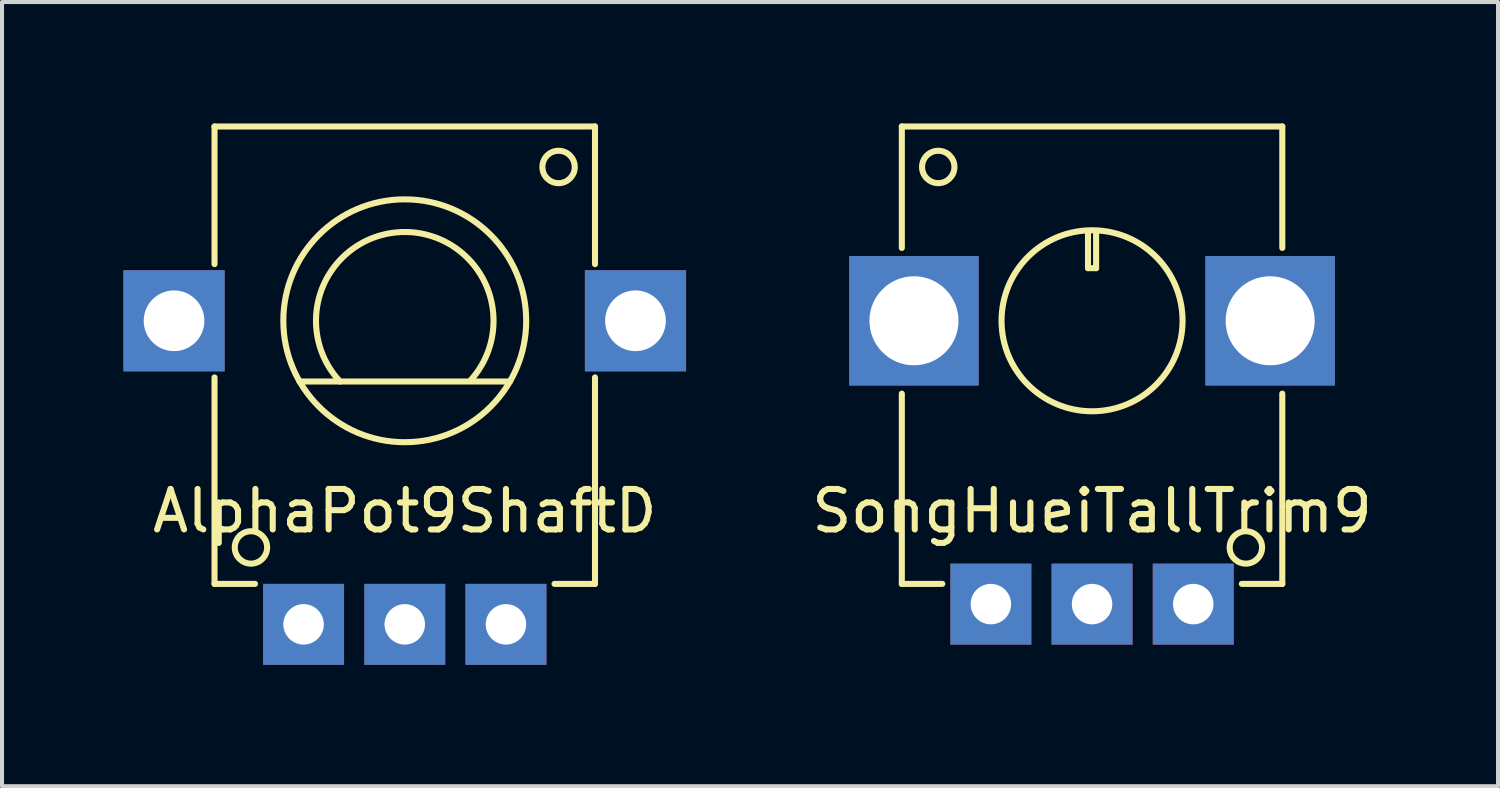
<source format=kicad_pcb>
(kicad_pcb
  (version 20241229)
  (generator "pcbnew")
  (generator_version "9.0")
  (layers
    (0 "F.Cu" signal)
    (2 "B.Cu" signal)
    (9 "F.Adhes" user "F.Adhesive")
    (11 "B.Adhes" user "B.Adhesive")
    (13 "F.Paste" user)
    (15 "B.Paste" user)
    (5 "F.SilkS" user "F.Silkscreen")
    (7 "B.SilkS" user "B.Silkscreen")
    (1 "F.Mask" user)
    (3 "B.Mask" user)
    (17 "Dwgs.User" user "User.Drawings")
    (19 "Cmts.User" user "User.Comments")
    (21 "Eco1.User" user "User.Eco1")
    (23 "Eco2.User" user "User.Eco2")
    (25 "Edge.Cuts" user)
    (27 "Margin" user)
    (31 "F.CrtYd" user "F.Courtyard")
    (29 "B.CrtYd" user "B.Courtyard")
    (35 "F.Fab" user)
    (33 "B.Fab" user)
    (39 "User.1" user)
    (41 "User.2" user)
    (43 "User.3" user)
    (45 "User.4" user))
  (footprint "SongHueiTallTrim9"
    (layer "F.Cu")
    (at 23.93 4.875)
    (property "Reference" "SongHueiTallTrim9" (at 0 4.7 0) (layer "F.SilkS") (effects (font (size 1 1) (thickness 0.15))))
    (attr through_hole)
    (fp_line (start -4.7 -4.8) (end -4.7 -1.8) (stroke (width 0.15) (type solid)) (layer "F.SilkS"))
    (fp_line (start -4.7 -4.8) (end 4.7 -4.8) (stroke (width 0.15) (type solid)) (layer "F.SilkS"))
    (fp_line (start -4.7 1.8) (end -4.7 6.5) (stroke (width 0.15) (type solid)) (layer "F.SilkS"))
    (fp_line (start -4.7 6.5) (end -3.7 6.5) (stroke (width 0.15) (type solid)) (layer "F.SilkS"))
    (fp_line (start -0.1 -2.2) (end -0.1 -1.3) (stroke (width 0.15) (type solid)) (layer "F.SilkS"))
    (fp_line (start -0.1 -1.3) (end 0.1 -1.3) (stroke (width 0.15) (type solid)) (layer "F.SilkS"))
    (fp_line (start 0.1 -1.3) (end 0.1 -2.2) (stroke (width 0.15) (type solid)) (layer "F.SilkS"))
    (fp_line (start 3.7 6.5) (end 4.7 6.5) (stroke (width 0.15) (type solid)) (layer "F.SilkS"))
    (fp_line (start 4.7 -4.8) (end 4.7 -1.8) (stroke (width 0.15) (type solid)) (layer "F.SilkS"))
    (fp_line (start 4.7 1.8) (end 4.7 6.5) (stroke (width 0.15) (type solid)) (layer "F.SilkS"))
    (fp_circle (center -3.8 -3.8) (end -4.2 -3.8) (stroke (width 0.15) (type solid)) (fill no) (layer "F.SilkS"))
    (fp_circle (center 0 0) (end 2.2 0.4) (stroke (width 0.15) (type solid)) (fill no) (layer "F.SilkS"))
    (fp_circle (center 3.8 5.6) (end 4.2 5.6) (stroke (width 0.15) (type solid)) (fill no) (layer "F.SilkS"))
    (pad "" thru_hole rect (at -4.4 0) (size 3.2 3.2) (drill 2.2) (layers "*.Cu" "*.Mask"))
    (pad "" thru_hole rect (at 4.4 0) (size 3.2 3.2) (drill 2.2) (layers "*.Cu" "*.Mask"))
    (pad "1" thru_hole rect (at -2.5 7) (size 2 2) (drill 1) (layers "*.Cu" "*.Mask"))
    (pad "2" thru_hole rect (at 0 7) (size 2 2) (drill 1) (layers "*.Cu" "*.Mask"))
    (pad "3" thru_hole rect (at 2.5 7) (size 2 2) (drill 1) (layers "*.Cu" "*.Mask")))
  (footprint "AlphaPot9ShaftD"
    (layer "F.Cu")
    (at 6.95 4.875)
    (property "Reference" "AlphaPot9ShaftD" (at 0 4.7 0) (layer "F.SilkS") (effects (font (size 1 1) (thickness 0.15))))
    (attr through_hole)
    (fp_line (start -4.7 -4.8) (end -4.7 -1.4) (stroke (width 0.15) (type solid)) (layer "F.SilkS"))
    (fp_line (start -4.7 -4.8) (end 4.7 -4.8) (stroke (width 0.15) (type solid)) (layer "F.SilkS"))
    (fp_line (start -4.7 1.4) (end -4.7 6.5) (stroke (width 0.15) (type solid)) (layer "F.SilkS"))
    (fp_line (start -4.7 6.5) (end -3.7 6.5) (stroke (width 0.15) (type solid)) (layer "F.SilkS"))
    (fp_line (start -2.6 1.5) (end 2.6 1.5) (stroke (width 0.15) (type solid)) (layer "F.SilkS"))
    (fp_line (start 3.7 6.5) (end 4.7 6.5) (stroke (width 0.15) (type solid)) (layer "F.SilkS"))
    (fp_line (start 4.7 -4.8) (end 4.7 -1.4) (stroke (width 0.15) (type solid)) (layer "F.SilkS"))
    (fp_line (start 4.7 1.4) (end 4.7 6.5) (stroke (width 0.15) (type solid)) (layer "F.SilkS"))
    (fp_arc (start -1.6 1.5) (mid -0.024972 -2.193029) (end 1.633741 1.463178) (stroke (width 0.15) (type solid)) (layer "F.SilkS"))
    (fp_circle (center -3.8 5.6) (end -4.2 5.6) (stroke (width 0.15) (type solid)) (fill no) (layer "F.SilkS"))
    (fp_circle (center 0 0) (end 3 0) (stroke (width 0.15) (type solid)) (fill no) (layer "F.SilkS"))
    (fp_circle (center 3.8 -3.8) (end 4.2 -3.8) (stroke (width 0.15) (type solid)) (fill no) (layer "F.SilkS"))
    (pad "" thru_hole rect (at -5.7 0) (size 2.5 2.5) (drill 1.5) (layers "*.Cu" "*.Mask"))
    (pad "" thru_hole rect (at 5.7 0) (size 2.5 2.5) (drill 1.5) (layers "*.Cu" "*.Mask"))
    (pad "1" thru_hole rect (at -2.5 7.5) (size 2 2) (drill 1) (layers "*.Cu" "*.Mask"))
    (pad "2" thru_hole rect (at 0 7.5) (size 2 2) (drill 1) (layers "*.Cu" "*.Mask"))
    (pad "3" thru_hole rect (at 2.5 7.5) (size 2 2) (drill 1) (layers "*.Cu" "*.Mask")))
  (gr_rect
    (start -3 -3)
    (end 33.96 16.375)
    (stroke (width 0.1) (type default))
    (fill no)
    (layer "Edge.Cuts")))
</source>
